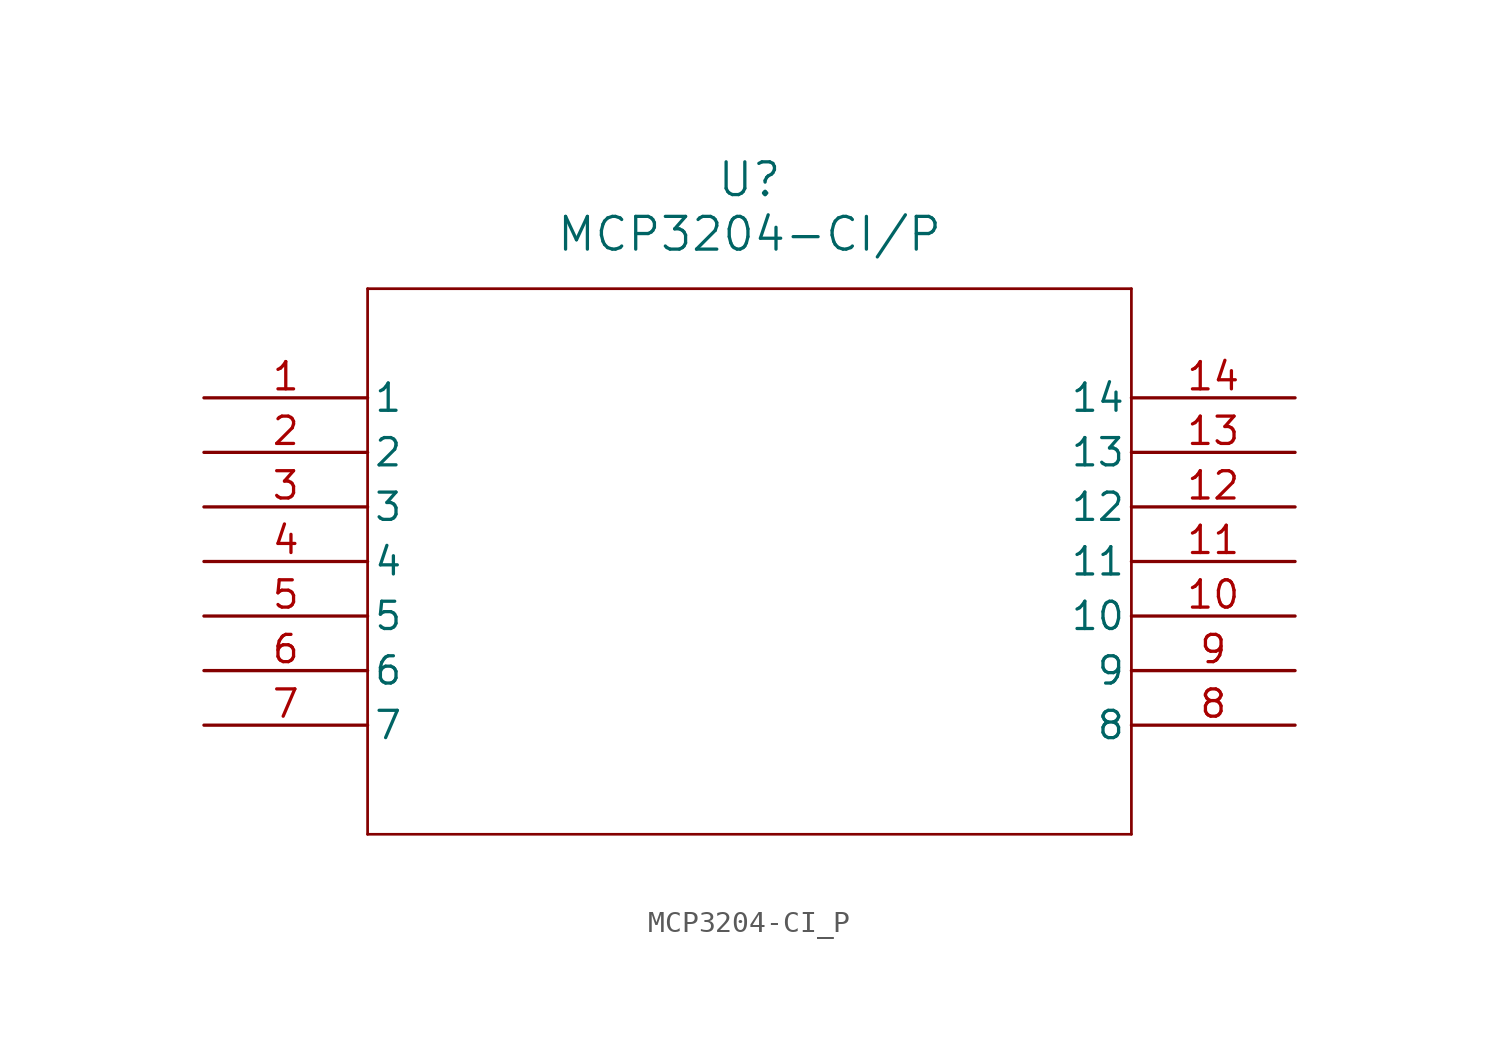
<source format=kicad_sym>
(kicad_symbol_lib
  (version 20211014)
  (generator kicad_symbol_editor)
  (symbol "MCP3204-CI_P"
    (pin_names
      (offset 0.254))
    (property "Reference" "U"
      (at 25.4 10.16 0)
      (effects (font (size 1.524 1.524))))
    (property "Value" "MCP3204-CI/P"
      (at 25.4 7.62 0)
      (effects (font (size 1.524 1.524))))
    (symbol "MCP3204-CI_P_0_1"
      (polyline (pts (xy 7.62 5.08) (xy 7.62 -20.32)) (stroke (width 0.127) (type default) (color 0 0 0 0)) (fill (type none)))
      (polyline (pts (xy 7.62 -20.32) (xy 43.18 -20.32)) (stroke (width 0.127) (type default) (color 0 0 0 0)) (fill (type none)))
      (polyline (pts (xy 43.18 -20.32) (xy 43.18 5.08)) (stroke (width 0.127) (type default) (color 0 0 0 0)) (fill (type none)))
      (polyline (pts (xy 43.18 5.08) (xy 7.62 5.08)) (stroke (width 0.127) (type default) (color 0 0 0 0)) (fill (type none)))
      (pin unspecified line (at 0 0 0) (length 7.62) (name "1" (effects (font (size 1.27 1.27)))) (number "1" (effects (font (size 1.27 1.27)))))
      (pin unspecified line (at 0 -2.54 0) (length 7.62) (name "2" (effects (font (size 1.27 1.27)))) (number "2" (effects (font (size 1.27 1.27)))))
      (pin unspecified line (at 0 -5.08 0) (length 7.62) (name "3" (effects (font (size 1.27 1.27)))) (number "3" (effects (font (size 1.27 1.27)))))
      (pin unspecified line (at 0 -7.62 0) (length 7.62) (name "4" (effects (font (size 1.27 1.27)))) (number "4" (effects (font (size 1.27 1.27)))))
      (pin unspecified line (at 0 -10.16 0) (length 7.62) (name "5" (effects (font (size 1.27 1.27)))) (number "5" (effects (font (size 1.27 1.27)))))
      (pin unspecified line (at 0 -12.7 0) (length 7.62) (name "6" (effects (font (size 1.27 1.27)))) (number "6" (effects (font (size 1.27 1.27)))))
      (pin unspecified line (at 0 -15.24 0) (length 7.62) (name "7" (effects (font (size 1.27 1.27)))) (number "7" (effects (font (size 1.27 1.27)))))
      (pin unspecified line (at 50.8 -15.24 180) (length 7.62) (name "8" (effects (font (size 1.27 1.27)))) (number "8" (effects (font (size 1.27 1.27)))))
      (pin unspecified line (at 50.8 -12.7 180) (length 7.62) (name "9" (effects (font (size 1.27 1.27)))) (number "9" (effects (font (size 1.27 1.27)))))
      (pin unspecified line (at 50.8 -10.16 180) (length 7.62) (name "10" (effects (font (size 1.27 1.27)))) (number "10" (effects (font (size 1.27 1.27)))))
      (pin unspecified line (at 50.8 -7.62 180) (length 7.62) (name "11" (effects (font (size 1.27 1.27)))) (number "11" (effects (font (size 1.27 1.27)))))
      (pin unspecified line (at 50.8 -5.08 180) (length 7.62) (name "12" (effects (font (size 1.27 1.27)))) (number "12" (effects (font (size 1.27 1.27)))))
      (pin unspecified line (at 50.8 -2.54 180) (length 7.62) (name "13" (effects (font (size 1.27 1.27)))) (number "13" (effects (font (size 1.27 1.27)))))
      (pin unspecified line (at 50.8 0 180) (length 7.62) (name "14" (effects (font (size 1.27 1.27)))) (number "14" (effects (font (size 1.27 1.27))))))))
</source>
